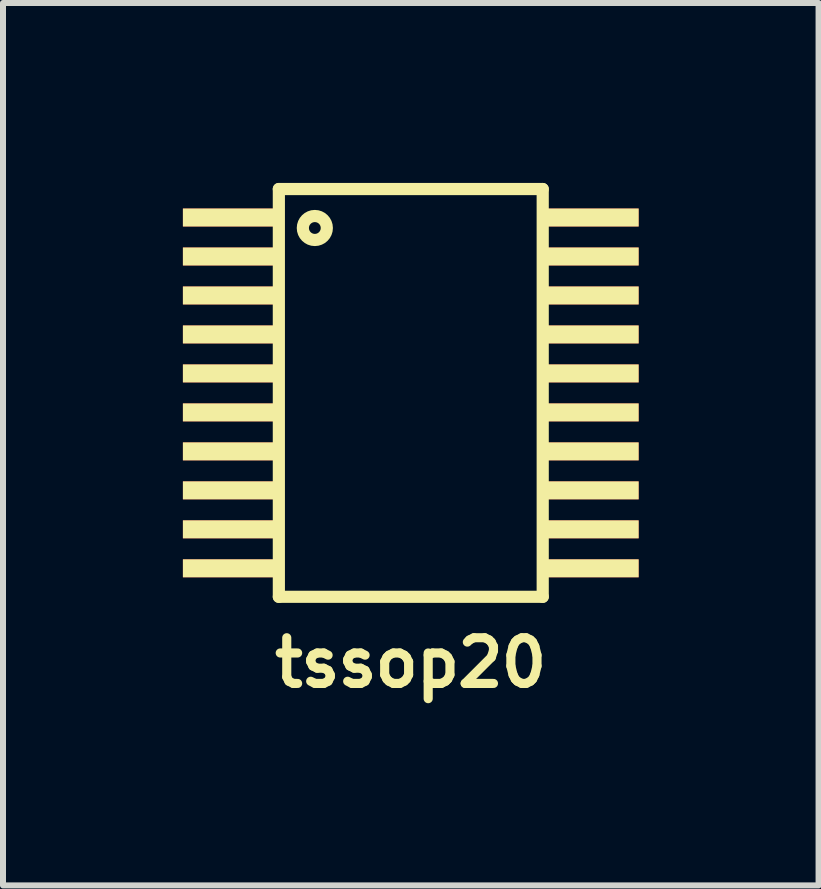
<source format=kicad_pcb>
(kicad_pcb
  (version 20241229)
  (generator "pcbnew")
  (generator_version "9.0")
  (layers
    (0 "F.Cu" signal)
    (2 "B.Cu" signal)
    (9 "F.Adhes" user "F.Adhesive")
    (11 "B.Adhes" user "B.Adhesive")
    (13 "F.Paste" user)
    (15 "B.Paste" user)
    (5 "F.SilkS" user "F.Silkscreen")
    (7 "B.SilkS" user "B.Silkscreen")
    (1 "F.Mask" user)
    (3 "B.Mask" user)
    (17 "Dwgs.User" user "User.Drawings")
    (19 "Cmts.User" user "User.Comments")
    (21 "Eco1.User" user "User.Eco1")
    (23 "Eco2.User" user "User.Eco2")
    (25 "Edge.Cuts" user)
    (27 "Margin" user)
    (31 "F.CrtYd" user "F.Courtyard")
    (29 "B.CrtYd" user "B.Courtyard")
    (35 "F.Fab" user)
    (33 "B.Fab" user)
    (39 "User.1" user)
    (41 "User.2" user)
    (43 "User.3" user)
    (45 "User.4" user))
  (footprint "tssop20"
    (layer "F.Cu")
    (at 3.8 3.502)
    (property "Reference" "tssop20" (at 0 4.5 0) (layer "F.SilkS") (effects (font (size 0.762 0.762) (thickness 0.152))))
    (attr smd)
    (fp_line (start -2.2 -3.4) (end -2.2 3.4) (stroke (width 0.203) (type solid)) (layer "F.SilkS"))
    (fp_line (start -2.2 3.4) (end 2.2 3.4) (stroke (width 0.203) (type solid)) (layer "F.SilkS"))
    (fp_line (start 2.2 -3.4) (end -2.2 -3.4) (stroke (width 0.203) (type solid)) (layer "F.SilkS"))
    (fp_line (start 2.2 3.4) (end 2.2 -3.4) (stroke (width 0.203) (type solid)) (layer "F.SilkS"))
    (fp_circle (center -1.6 -2.75) (end -1.4 -2.75) (stroke (width 0.203) (type solid)) (fill no) (layer "F.SilkS"))
    (pad "1" smd rect (at -3 -2.925) (size 1.6 0.3) (layers "F.Cu" "F.Mask" "F.SilkS" "F.Paste"))
    (pad "2" smd rect (at -3 -2.275) (size 1.6 0.3) (layers "F.Cu" "F.Mask" "F.SilkS" "F.Paste"))
    (pad "3" smd rect (at -3 -1.625) (size 1.6 0.3) (layers "F.Cu" "F.Mask" "F.SilkS" "F.Paste"))
    (pad "4" smd rect (at -3 -0.975) (size 1.6 0.3) (layers "F.Cu" "F.Mask" "F.SilkS" "F.Paste"))
    (pad "5" smd rect (at -3 -0.325) (size 1.6 0.3) (layers "F.Cu" "F.Mask" "F.SilkS" "F.Paste"))
    (pad "6" smd rect (at -3 0.325) (size 1.6 0.3) (layers "F.Cu" "F.Mask" "F.SilkS" "F.Paste"))
    (pad "7" smd rect (at -3 0.975) (size 1.6 0.3) (layers "F.Cu" "F.Mask" "F.SilkS" "F.Paste"))
    (pad "8" smd rect (at -3 1.625) (size 1.6 0.3) (layers "F.Cu" "F.Mask" "F.SilkS" "F.Paste"))
    (pad "9" smd rect (at -3 2.275) (size 1.6 0.3) (layers "F.Cu" "F.Mask" "F.SilkS" "F.Paste"))
    (pad "10" smd rect (at -3 2.925) (size 1.6 0.3) (layers "F.Cu" "F.Mask" "F.SilkS" "F.Paste"))
    (pad "11" smd rect (at 3 2.925) (size 1.6 0.3) (layers "F.Cu" "F.Mask" "F.SilkS" "F.Paste"))
    (pad "12" smd rect (at 3 2.275) (size 1.6 0.3) (layers "F.Cu" "F.Mask" "F.SilkS" "F.Paste"))
    (pad "13" smd rect (at 3 1.625) (size 1.6 0.3) (layers "F.Cu" "F.Mask" "F.SilkS" "F.Paste"))
    (pad "14" smd rect (at 3 0.975) (size 1.6 0.3) (layers "F.Cu" "F.Mask" "F.SilkS" "F.Paste"))
    (pad "15" smd rect (at 3 0.325) (size 1.6 0.3) (layers "F.Cu" "F.Mask" "F.SilkS" "F.Paste"))
    (pad "16" smd rect (at 3 -0.325) (size 1.6 0.3) (layers "F.Cu" "F.Mask" "F.SilkS" "F.Paste"))
    (pad "17" smd rect (at 3 -0.975) (size 1.6 0.3) (layers "F.Cu" "F.Mask" "F.SilkS" "F.Paste"))
    (pad "18" smd rect (at 3 -1.625) (size 1.6 0.3) (layers "F.Cu" "F.Mask" "F.SilkS" "F.Paste"))
    (pad "19" smd rect (at 3 -2.275) (size 1.6 0.3) (layers "F.Cu" "F.Mask" "F.SilkS" "F.Paste"))
    (pad "20" smd rect (at 3 -2.925) (size 1.6 0.3) (layers "F.Cu" "F.Mask" "F.SilkS" "F.Paste")))
  (gr_rect
    (start -3 -3)
    (end 10.6 11.715)
    (stroke (width 0.1) (type default))
    (fill no)
    (layer "Edge.Cuts")))
</source>
